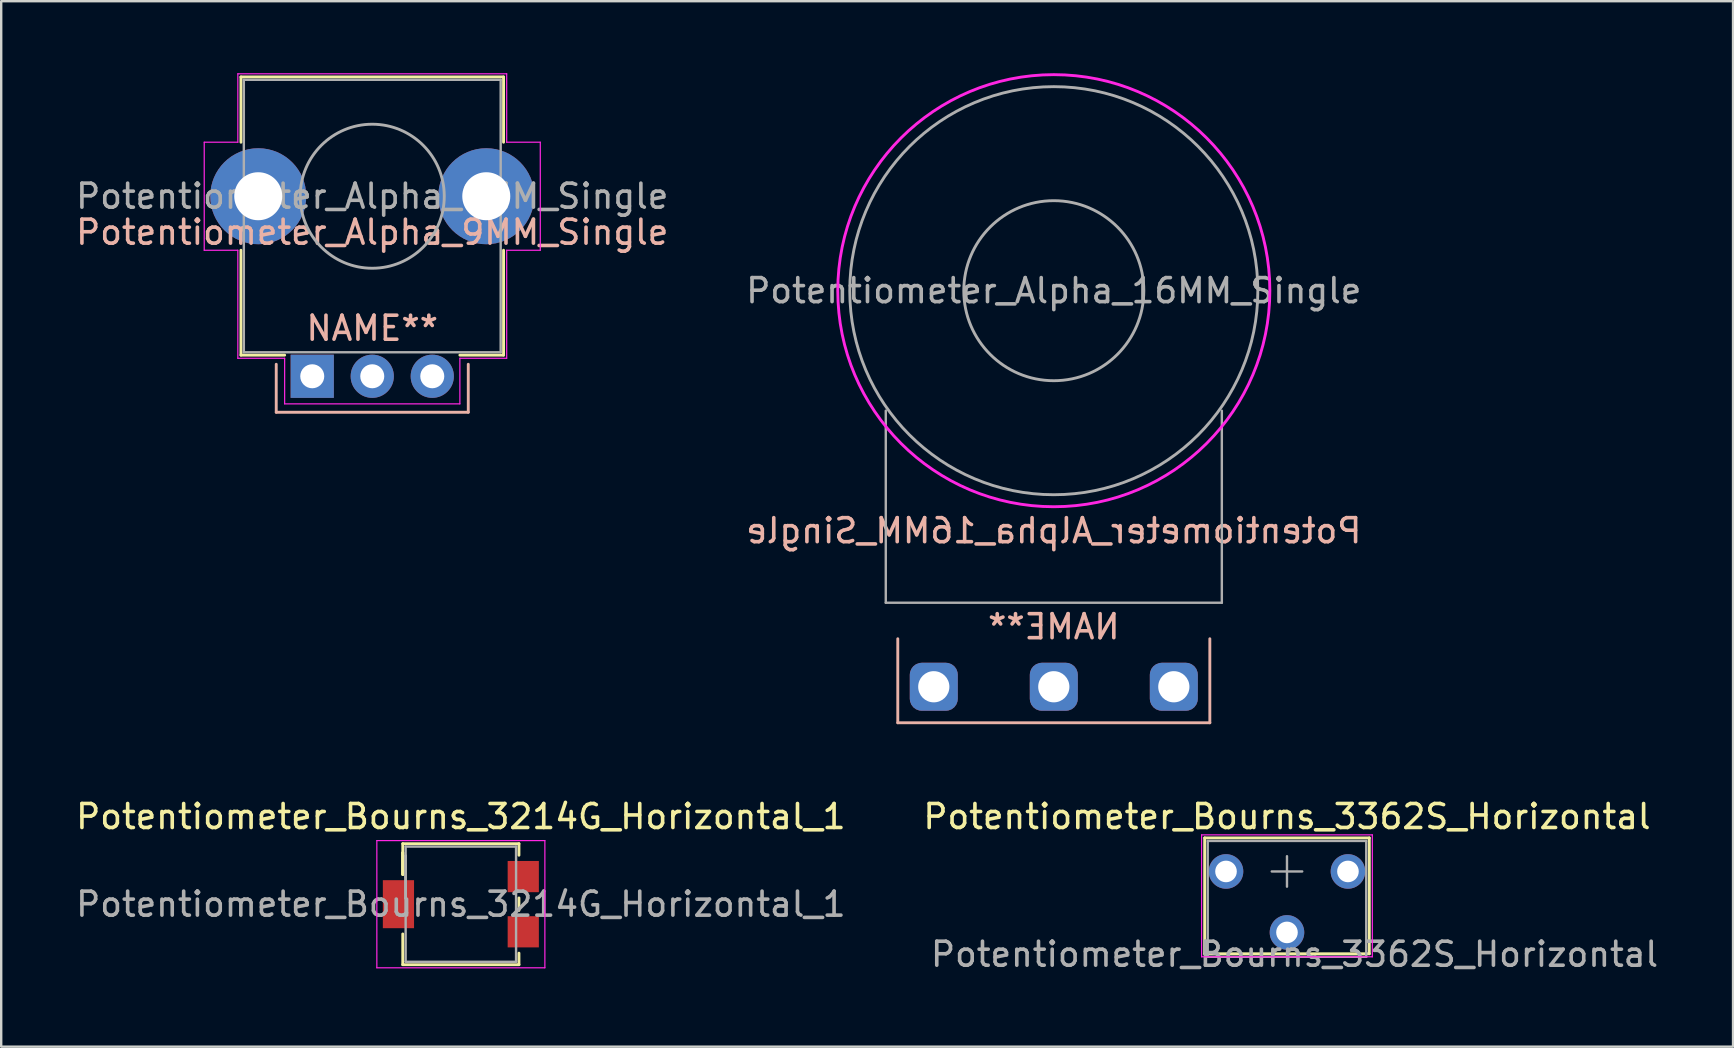
<source format=kicad_pcb>
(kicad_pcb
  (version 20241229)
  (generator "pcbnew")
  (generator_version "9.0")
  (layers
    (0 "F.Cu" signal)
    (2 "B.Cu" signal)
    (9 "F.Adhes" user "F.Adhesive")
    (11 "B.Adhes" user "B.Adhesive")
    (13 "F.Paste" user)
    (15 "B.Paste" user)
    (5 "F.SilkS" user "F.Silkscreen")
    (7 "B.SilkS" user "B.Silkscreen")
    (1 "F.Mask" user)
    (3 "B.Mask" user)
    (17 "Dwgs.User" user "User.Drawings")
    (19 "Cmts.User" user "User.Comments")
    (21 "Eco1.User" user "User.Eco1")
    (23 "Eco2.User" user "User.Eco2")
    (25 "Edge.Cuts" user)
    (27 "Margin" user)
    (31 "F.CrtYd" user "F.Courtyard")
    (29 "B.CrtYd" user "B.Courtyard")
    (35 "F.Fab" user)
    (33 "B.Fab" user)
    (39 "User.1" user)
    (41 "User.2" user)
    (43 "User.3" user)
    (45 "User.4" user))
  (footprint "Potentiometer_Alpha_9MM_Single"
    (layer "F.Cu")
    (at 12.458 5.125)
    (property "Reference" "Potentiometer_Alpha_9MM_Single" (at 0 1.5 0) (layer "B.SilkS") (effects (font (size 1 1) (thickness 0.15))))
    (property "Name" "NAME**" (at 0 5.5 0) (unlocked yes) (layer "B.SilkS") (effects (font (size 1 1) (thickness 0.15))))
    (attr through_hole)
    (fp_line (start -5.47 -4.97) (end -5.47 -2.25) (stroke (width 0.12) (type solid)) (layer "F.SilkS"))
    (fp_line (start -5.47 2.25) (end -5.47 6.62) (stroke (width 0.12) (type solid)) (layer "F.SilkS"))
    (fp_line (start -3.65 6.62) (end -5.47 6.62) (stroke (width 0.12) (type solid)) (layer "F.SilkS"))
    (fp_line (start 5.47 -4.97) (end -5.47 -4.97) (stroke (width 0.12) (type solid)) (layer "F.SilkS"))
    (fp_line (start 5.47 -4.97) (end 5.47 -2.25) (stroke (width 0.12) (type solid)) (layer "F.SilkS"))
    (fp_line (start 5.47 2.25) (end 5.47 6.62) (stroke (width 0.12) (type solid)) (layer "F.SilkS"))
    (fp_line (start 5.47 6.62) (end 3.65 6.62) (stroke (width 0.12) (type solid)) (layer "F.SilkS"))
    (fp_line (start -4 9) (end -4 7) (stroke (width 0.12) (type default)) (layer "B.SilkS"))
    (fp_line (start -4 9) (end 4 9) (stroke (width 0.12) (type default)) (layer "B.SilkS"))
    (fp_line (start 4 9) (end 4 7) (stroke (width 0.12) (type default)) (layer "B.SilkS"))
    (fp_line (start -7 2.25) (end -7 -2.25) (stroke (width 0.05) (type solid)) (layer "F.CrtYd"))
    (fp_line (start -5.6 -5.1) (end 5.6 -5.1) (stroke (width 0.05) (type solid)) (layer "F.CrtYd"))
    (fp_line (start -5.6 -2.25) (end -7 -2.25) (stroke (width 0.05) (type solid)) (layer "F.CrtYd"))
    (fp_line (start -5.6 -2.25) (end -5.6 -5.1) (stroke (width 0.05) (type solid)) (layer "F.CrtYd"))
    (fp_line (start -5.6 2.25) (end -7 2.25) (stroke (width 0.05) (type solid)) (layer "F.CrtYd"))
    (fp_line (start -5.6 6.75) (end -5.6 2.25) (stroke (width 0.05) (type solid)) (layer "F.CrtYd"))
    (fp_line (start -3.65 6.75) (end -5.6 6.75) (stroke (width 0.05) (type solid)) (layer "F.CrtYd"))
    (fp_line (start -3.65 8.65) (end -3.65 6.75) (stroke (width 0.05) (type solid)) (layer "F.CrtYd"))
    (fp_line (start 3.65 8.65) (end -3.65 8.65) (stroke (width 0.05) (type solid)) (layer "F.CrtYd"))
    (fp_line (start 3.65 8.65) (end 3.65 6.75) (stroke (width 0.05) (type solid)) (layer "F.CrtYd"))
    (fp_line (start 5.6 -2.25) (end 5.6 -5.1) (stroke (width 0.05) (type solid)) (layer "F.CrtYd"))
    (fp_line (start 5.6 6.75) (end 3.65 6.75) (stroke (width 0.05) (type solid)) (layer "F.CrtYd"))
    (fp_line (start 5.6 6.75) (end 5.6 2.25) (stroke (width 0.05) (type solid)) (layer "F.CrtYd"))
    (fp_line (start 7 -2.25) (end 5.6 -2.25) (stroke (width 0.05) (type solid)) (layer "F.CrtYd"))
    (fp_line (start 7 2.25) (end 5.6 2.25) (stroke (width 0.05) (type solid)) (layer "F.CrtYd"))
    (fp_line (start 7 2.25) (end 7 -2.25) (stroke (width 0.05) (type solid)) (layer "F.CrtYd"))
    (fp_line (start -5.35 -4.85) (end 5.35 -4.85) (stroke (width 0.1) (type solid)) (layer "F.Fab"))
    (fp_line (start -5.35 6.5) (end -5.35 -4.85) (stroke (width 0.1) (type solid)) (layer "F.Fab"))
    (fp_line (start 5.35 -4.85) (end 5.35 6.5) (stroke (width 0.1) (type solid)) (layer "F.Fab"))
    (fp_line (start 5.35 6.5) (end -5.35 6.5) (stroke (width 0.1) (type solid)) (layer "F.Fab"))
    (fp_circle (center 0 0) (end 3 0) (stroke (width 0.12) (type solid)) (fill no) (layer "F.Fab"))
    (fp_line (start -0.5 0) (end 0.5 0) (stroke (width 0.1) (type default)) (layer "User.2"))
    (fp_line (start 0 -0.5) (end 0 0.5) (stroke (width 0.1) (type default)) (layer "User.2"))
    (fp_text user "${REFERENCE}" (at 0 0 0) (layer "F.Fab") (effects (font (size 1 1) (thickness 0.15))))
    (pad "" thru_hole oval (at -4.75 0) (size 4 4) (drill 2) (layers "*.Cu" "*.Mask"))
    (pad "" thru_hole oval (at 4.75 0) (size 4 4) (drill 2) (layers "*.Cu" "*.Mask"))
    (pad "1" thru_hole rect (at -2.5 7.5) (size 1.8 1.8) (drill 1) (layers "*.Cu" "*.Mask"))
    (pad "2" thru_hole circle (at 0 7.5) (size 1.8 1.8) (drill 1) (layers "*.Cu" "*.Mask"))
    (pad "3" thru_hole circle (at 2.5 7.5) (size 1.8 1.8) (drill 1) (layers "*.Cu" "*.Mask")))
  (footprint "Potentiometer_Bourns_3362S_Horizontal"
    (layer "F.Cu")
    (at 50.565 33.254)
    (property "Reference" "Potentiometer_Bourns_3362S_Horizontal" (at 0.000001 -2.286 180) (layer "F.SilkS") (effects (font (size 1 1) (thickness 0.15))))
    (attr through_hole)
    (fp_line (start -3.429 -1.397) (end 3.429 -1.397) (stroke (width 0.12) (type solid)) (layer "F.SilkS"))
    (fp_line (start -3.429 3.429) (end -3.429 -1.397) (stroke (width 0.12) (type solid)) (layer "F.SilkS"))
    (fp_line (start -3.429 3.429) (end 3.429 3.429) (stroke (width 0.12) (type solid)) (layer "F.SilkS"))
    (fp_line (start 3.429 3.429) (end 3.429 -1.397) (stroke (width 0.12) (type solid)) (layer "F.SilkS"))
    (fp_line (start -3.556 -1.524) (end -3.556 3.556) (stroke (width 0.05) (type solid)) (layer "F.CrtYd"))
    (fp_line (start -3.556 3.556) (end 3.556 3.556) (stroke (width 0.05) (type solid)) (layer "F.CrtYd"))
    (fp_line (start 3.556 -1.524) (end -3.556 -1.524) (stroke (width 0.05) (type solid)) (layer "F.CrtYd"))
    (fp_line (start 3.556 3.556) (end 3.556 -1.524) (stroke (width 0.05) (type solid)) (layer "F.CrtYd"))
    (fp_line (start -3.302 -1.27) (end -3.302 3.556) (stroke (width 0.1) (type solid)) (layer "F.Fab"))
    (fp_line (start -3.302 3.556) (end 3.302 3.556) (stroke (width 0.1) (type solid)) (layer "F.Fab"))
    (fp_line (start 0 -0.635) (end 0 0.635) (stroke (width 0.1) (type solid)) (layer "F.Fab"))
    (fp_line (start 0.635 0) (end -0.635 0) (stroke (width 0.1) (type solid)) (layer "F.Fab"))
    (fp_line (start 3.302 -1.27) (end -3.302 -1.27) (stroke (width 0.1) (type solid)) (layer "F.Fab"))
    (fp_line (start 3.302 3.556) (end 3.302 -1.27) (stroke (width 0.1) (type solid)) (layer "F.Fab"))
    (fp_text user "${REFERENCE}" (at 0.315 3.45 180) (layer "F.Fab") (effects (font (size 1 1) (thickness 0.15))))
    (pad "1" thru_hole circle (at 2.54 0 90) (size 1.44 1.44) (drill 0.9) (layers "*.Cu" "*.Mask"))
    (pad "2" thru_hole circle (at 0 2.54 90) (size 1.44 1.44) (drill 0.9) (layers "*.Cu" "*.Mask"))
    (pad "3" thru_hole circle (at -2.54 0 90) (size 1.44 1.44) (drill 0.9) (layers "*.Cu" "*.Mask")))
  (footprint "Potentiometer_Alpha_16MM_Single"
    (layer "F.Cu")
    (at 40.851 9.06)
    (property "Reference" "Potentiometer_Alpha_16MM_Single" (at 0 10 0) (layer "B.SilkS") (effects (font (size 1 1) (thickness 0.15)) (justify mirror)))
    (property "Name" "NAME**" (at 0 14 0) (unlocked yes) (layer "B.SilkS") (effects (font (size 1 1) (thickness 0.15)) (justify mirror)))
    (attr through_hole)
    (fp_line (start -6.5 14.5) (end -6.5 18) (stroke (width 0.12) (type solid)) (layer "B.SilkS"))
    (fp_line (start 6.5 14.5) (end 6.5 18) (stroke (width 0.12) (type solid)) (layer "B.SilkS"))
    (fp_line (start 6.5 18) (end -6.5 18) (stroke (width 0.12) (type solid)) (layer "B.SilkS"))
    (fp_circle (center 0 0) (end 9 0) (stroke (width 0.12) (type solid)) (fill no) (layer "F.CrtYd"))
    (fp_line (start -7 13) (end -7 5) (stroke (width 0.1) (type solid)) (layer "F.Fab"))
    (fp_line (start 7 5) (end 7 13) (stroke (width 0.1) (type solid)) (layer "F.Fab"))
    (fp_line (start 7 13) (end -7 13) (stroke (width 0.1) (type solid)) (layer "F.Fab"))
    (fp_circle (center 0 0) (end 3.75 0) (stroke (width 0.12) (type solid)) (fill no) (layer "F.Fab"))
    (fp_circle (center 0 0) (end 8.5 0) (stroke (width 0.12) (type solid)) (fill no) (layer "F.Fab"))
    (fp_line (start -0.5 0) (end 0.5 0) (stroke (width 0.1) (type default)) (layer "User.2"))
    (fp_line (start 0 -0.5) (end 0 0.5) (stroke (width 0.1) (type default)) (layer "User.2"))
    (fp_text user "${REFERENCE}" (at 0 0 0) (layer "F.Fab") (effects (font (size 1 1) (thickness 0.15))))
    (pad "1" thru_hole roundrect (at -5 16.5) (size 2 2) (drill 1.3) (layers "*.Cu" "*.Mask") (roundrect_rratio 0.25))
    (pad "2" thru_hole roundrect (at 0 16.5) (size 2 2) (drill 1.3) (layers "*.Cu" "*.Mask") (roundrect_rratio 0.25))
    (pad "3" thru_hole roundrect (at 5 16.5) (size 2 2) (drill 1.3) (layers "*.Cu" "*.Mask") (roundrect_rratio 0.25)))
  (footprint "Potentiometer_Bourns_3214G_Horizontal_1"
    (layer "F.Cu")
    (at 16.149 34.618)
    (property "Reference" "Potentiometer_Bourns_3214G_Horizontal_1" (at 0 -3.65 0) (layer "F.SilkS") (effects (font (size 1 1) (thickness 0.15))))
    (attr smd)
    (fp_line (start -2.42 -2.52) (end -2.42 -1.24) (stroke (width 0.12) (type solid)) (layer "F.SilkS"))
    (fp_line (start -2.42 -2.52) (end 2.42 -2.52) (stroke (width 0.12) (type solid)) (layer "F.SilkS"))
    (fp_line (start -2.42 -2.14) (end -2.42 -2.14) (stroke (width 0.12) (type solid)) (layer "F.SilkS"))
    (fp_line (start -2.42 -2.14) (end -2.42 -1.24) (stroke (width 0.12) (type solid)) (layer "F.SilkS"))
    (fp_line (start -2.42 -2.14) (end -2.42 -1.24) (stroke (width 0.12) (type solid)) (layer "F.SilkS"))
    (fp_line (start -2.42 1.24) (end -2.42 2.52) (stroke (width 0.12) (type solid)) (layer "F.SilkS"))
    (fp_line (start -2.42 2.52) (end 2.42 2.52) (stroke (width 0.12) (type solid)) (layer "F.SilkS"))
    (fp_line (start 2.42 -2.52) (end 2.42 -2.04) (stroke (width 0.12) (type solid)) (layer "F.SilkS"))
    (fp_line (start 2.42 -0.26) (end 2.42 0.26) (stroke (width 0.12) (type solid)) (layer "F.SilkS"))
    (fp_line (start 2.42 2.04) (end 2.42 2.52) (stroke (width 0.12) (type solid)) (layer "F.SilkS"))
    (fp_line (start -3.5 -2.65) (end -3.5 2.65) (stroke (width 0.05) (type solid)) (layer "F.CrtYd"))
    (fp_line (start -3.5 2.65) (end 3.5 2.65) (stroke (width 0.05) (type solid)) (layer "F.CrtYd"))
    (fp_line (start 3.5 -2.65) (end -3.5 -2.65) (stroke (width 0.05) (type solid)) (layer "F.CrtYd"))
    (fp_line (start 3.5 2.65) (end 3.5 -2.65) (stroke (width 0.05) (type solid)) (layer "F.CrtYd"))
    (fp_line (start -2.3 -2.4) (end -2.3 2.4) (stroke (width 0.1) (type solid)) (layer "F.Fab"))
    (fp_line (start -2.3 -2.02) (end -2.3 -2.02) (stroke (width 0.1) (type solid)) (layer "F.Fab"))
    (fp_line (start -2.3 -2.02) (end -2.3 -0.24) (stroke (width 0.1) (type solid)) (layer "F.Fab"))
    (fp_line (start -2.3 -1.13) (end -2.3 -1.13) (stroke (width 0.1) (type solid)) (layer "F.Fab"))
    (fp_line (start -2.3 -0.24) (end -2.3 -2.02) (stroke (width 0.1) (type solid)) (layer "F.Fab"))
    (fp_line (start -2.3 -0.24) (end -2.3 -0.24) (stroke (width 0.1) (type solid)) (layer "F.Fab"))
    (fp_line (start -2.3 2.4) (end 2.3 2.4) (stroke (width 0.1) (type solid)) (layer "F.Fab"))
    (fp_line (start 2.3 -2.4) (end -2.3 -2.4) (stroke (width 0.1) (type solid)) (layer "F.Fab"))
    (fp_line (start 2.3 2.4) (end 2.3 -2.4) (stroke (width 0.1) (type solid)) (layer "F.Fab"))
    (fp_text user "${REFERENCE}" (at 0 0 0) (layer "F.Fab") (effects (font (size 1 1) (thickness 0.15))))
    (pad "1" smd rect (at 2.6 -1.15) (size 1.3 1.3) (layers "F.Cu" "F.Mask" "F.Paste"))
    (pad "2" smd rect (at -2.6 0) (size 1.3 2) (layers "F.Cu" "F.Mask" "F.Paste"))
    (pad "3" smd rect (at 2.6 1.15) (size 1.3 1.3) (layers "F.Cu" "F.Mask" "F.Paste")))
  (gr_rect
    (start -3 -3)
    (end 69.148 40.553)
    (stroke (width 0.1) (type default))
    (fill no)
    (layer "Edge.Cuts")))
</source>
